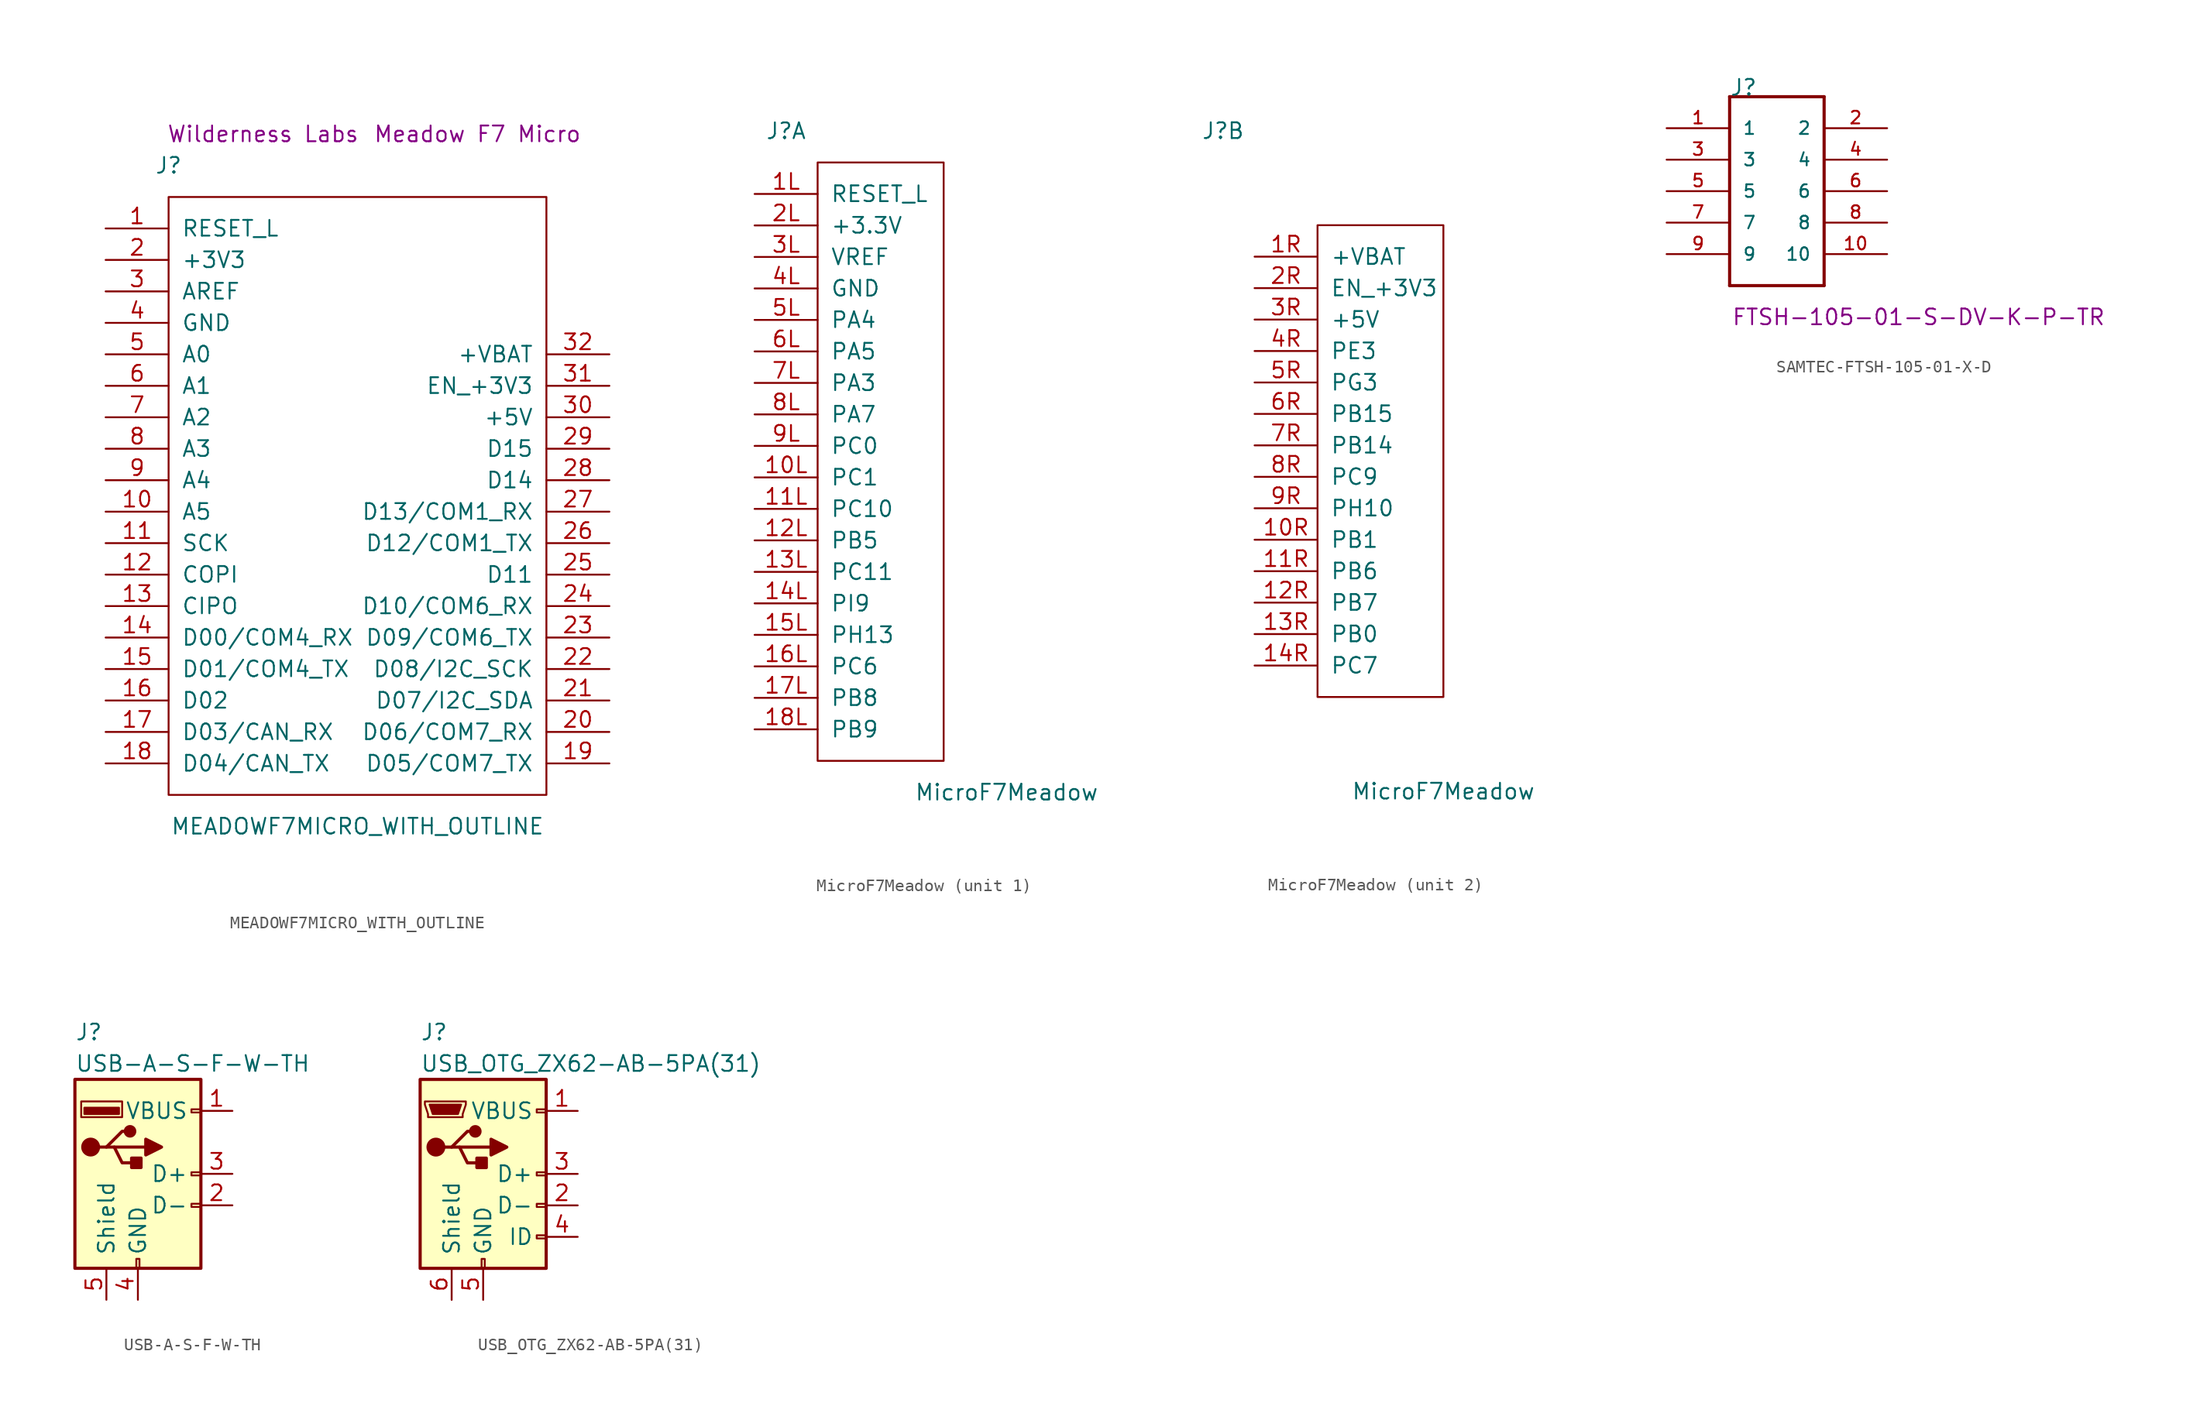
<source format=kicad_sym>
(kicad_symbol_lib
  (version 20211014)
  (generator kicad_symbol_editor)
  (symbol "MEADOWF7MICRO_WITH_OUTLINE"
    (pin_names
      (offset 1.016))
    (property "Reference" "J"
      (at 5.08 10.16 0)
      (effects (font (size 1.27 1.27))))
    (property "Value" "MEADOWF7MICRO_WITH_OUTLINE"
      (at 20.32 -43.18 0)
      (effects (font (size 1.27 1.27))))
    (property "MF" "Wilderness Labs"
      (at 12.7 12.7 0)
      (effects (font (size 1.27 1.27))))
    (property "PN" "Meadow F7 Micro "
      (at 30.48 12.7 0)
      (effects (font (size 1.27 1.27))))
    (symbol "MEADOWF7MICRO_WITH_OUTLINE_0_1"
      (rectangle (start 5.08 7.62) (end 35.56 -40.64) (stroke (width 0) (type default) (color 0 0 0 0)) (fill (type none))))
    (symbol "MEADOWF7MICRO_WITH_OUTLINE_1_1"
      (pin input line (at 0 5.08 0) (length 5.08) (name "RESET_L" (effects (font (size 1.27 1.27)))) (number "1" (effects (font (size 1.27 1.27)))))
      (pin bidirectional line (at 0 -17.78 0) (length 5.08) (name "A5" (effects (font (size 1.27 1.27)))) (number "10" (effects (font (size 1.27 1.27)))))
      (pin bidirectional line (at 0 -20.32 0) (length 5.08) (name "SCK" (effects (font (size 1.27 1.27)))) (number "11" (effects (font (size 1.27 1.27)))))
      (pin bidirectional line (at 0 -22.86 0) (length 5.08) (name "COPI" (effects (font (size 1.27 1.27)))) (number "12" (effects (font (size 1.27 1.27)))))
      (pin bidirectional line (at 0 -25.4 0) (length 5.08) (name "CIPO" (effects (font (size 1.27 1.27)))) (number "13" (effects (font (size 1.27 1.27)))))
      (pin bidirectional line (at 0 -27.94 0) (length 5.08) (name "D00/COM4_RX" (effects (font (size 1.27 1.27)))) (number "14" (effects (font (size 1.27 1.27)))))
      (pin bidirectional line (at 0 -30.48 0) (length 5.08) (name "D01/COM4_TX" (effects (font (size 1.27 1.27)))) (number "15" (effects (font (size 1.27 1.27)))))
      (pin bidirectional line (at 0 -33.02 0) (length 5.08) (name "D02" (effects (font (size 1.27 1.27)))) (number "16" (effects (font (size 1.27 1.27)))))
      (pin bidirectional line (at 0 -35.56 0) (length 5.08) (name "D03/CAN_RX" (effects (font (size 1.27 1.27)))) (number "17" (effects (font (size 1.27 1.27)))))
      (pin bidirectional line (at 0 -38.1 0) (length 5.08) (name "D04/CAN_TX" (effects (font (size 1.27 1.27)))) (number "18" (effects (font (size 1.27 1.27)))))
      (pin bidirectional line (at 40.64 -38.1 180) (length 5.08) (name "D05/COM7_TX" (effects (font (size 1.27 1.27)))) (number "19" (effects (font (size 1.27 1.27)))))
      (pin power_out line (at 0 2.54 0) (length 5.08) (name "+3V3" (effects (font (size 1.27 1.27)))) (number "2" (effects (font (size 1.27 1.27)))))
      (pin bidirectional line (at 40.64 -35.56 180) (length 5.08) (name "D06/COM7_RX" (effects (font (size 1.27 1.27)))) (number "20" (effects (font (size 1.27 1.27)))))
      (pin bidirectional line (at 40.64 -33.02 180) (length 5.08) (name "D07/I2C_SDA" (effects (font (size 1.27 1.27)))) (number "21" (effects (font (size 1.27 1.27)))))
      (pin bidirectional line (at 40.64 -30.48 180) (length 5.08) (name "D08/I2C_SCK" (effects (font (size 1.27 1.27)))) (number "22" (effects (font (size 1.27 1.27)))))
      (pin bidirectional line (at 40.64 -27.94 180) (length 5.08) (name "D09/COM6_TX" (effects (font (size 1.27 1.27)))) (number "23" (effects (font (size 1.27 1.27)))))
      (pin bidirectional line (at 40.64 -25.4 180) (length 5.08) (name "D10/COM6_RX" (effects (font (size 1.27 1.27)))) (number "24" (effects (font (size 1.27 1.27)))))
      (pin bidirectional line (at 40.64 -22.86 180) (length 5.08) (name "D11" (effects (font (size 1.27 1.27)))) (number "25" (effects (font (size 1.27 1.27)))))
      (pin bidirectional line (at 40.64 -20.32 180) (length 5.08) (name "D12/COM1_TX" (effects (font (size 1.27 1.27)))) (number "26" (effects (font (size 1.27 1.27)))))
      (pin bidirectional line (at 40.64 -17.78 180) (length 5.08) (name "D13/COM1_RX" (effects (font (size 1.27 1.27)))) (number "27" (effects (font (size 1.27 1.27)))))
      (pin bidirectional line (at 40.64 -15.24 180) (length 5.08) (name "D14" (effects (font (size 1.27 1.27)))) (number "28" (effects (font (size 1.27 1.27)))))
      (pin bidirectional line (at 40.64 -12.7 180) (length 5.08) (name "D15" (effects (font (size 1.27 1.27)))) (number "29" (effects (font (size 1.27 1.27)))))
      (pin power_in line (at 0 0 0) (length 5.08) (name "AREF" (effects (font (size 1.27 1.27)))) (number "3" (effects (font (size 1.27 1.27)))))
      (pin power_in line (at 40.64 -10.16 180) (length 5.08) (name "+5V" (effects (font (size 1.27 1.27)))) (number "30" (effects (font (size 1.27 1.27)))))
      (pin input line (at 40.64 -7.62 180) (length 5.08) (name "EN_+3V3" (effects (font (size 1.27 1.27)))) (number "31" (effects (font (size 1.27 1.27)))))
      (pin power_in line (at 40.64 -5.08 180) (length 5.08) (name "+VBAT" (effects (font (size 1.27 1.27)))) (number "32" (effects (font (size 1.27 1.27)))))
      (pin power_in line (at 0 -2.54 0) (length 5.08) (name "GND" (effects (font (size 1.27 1.27)))) (number "4" (effects (font (size 1.27 1.27)))))
      (pin bidirectional line (at 0 -5.08 0) (length 5.08) (name "A0" (effects (font (size 1.27 1.27)))) (number "5" (effects (font (size 1.27 1.27)))))
      (pin bidirectional line (at 0 -7.62 0) (length 5.08) (name "A1" (effects (font (size 1.27 1.27)))) (number "6" (effects (font (size 1.27 1.27)))))
      (pin input line (at 0 -10.16 0) (length 5.08) (name "A2" (effects (font (size 1.27 1.27)))) (number "7" (effects (font (size 1.27 1.27)))))
      (pin bidirectional line (at 0 -12.7 0) (length 5.08) (name "A3" (effects (font (size 1.27 1.27)))) (number "8" (effects (font (size 1.27 1.27)))))
      (pin bidirectional line (at 0 -15.24 0) (length 5.08) (name "A4" (effects (font (size 1.27 1.27)))) (number "9" (effects (font (size 1.27 1.27)))))))
  (symbol "MicroF7Meadow"
    (pin_names
      (offset 1.016))
    (property "Reference" "J"
      (at -2.54 25.4 0)
      (effects (font (size 1.27 1.27))))
    (property "Value" "MicroF7Meadow"
      (at 15.24 -27.94 0)
      (effects (font (size 1.27 1.27))))
    (symbol "MicroF7Meadow_1_0"
      (rectangle (start 0 22.86) (end 10.16 -25.4) (stroke (width 0) (type default) (color 0 0 0 0)) (fill (type none)))
      (pin bidirectional line (at -5.08 -2.54 0) (length 5.08) (name "PC1" (effects (font (size 1.27 1.27)))) (number "10L" (effects (font (size 1.27 1.27)))))
      (pin bidirectional line (at -5.08 -5.08 0) (length 5.08) (name "PC10" (effects (font (size 1.27 1.27)))) (number "11L" (effects (font (size 1.27 1.27)))))
      (pin bidirectional line (at -5.08 -7.62 0) (length 5.08) (name "PB5" (effects (font (size 1.27 1.27)))) (number "12L" (effects (font (size 1.27 1.27)))))
      (pin bidirectional line (at -5.08 -10.16 0) (length 5.08) (name "PC11" (effects (font (size 1.27 1.27)))) (number "13L" (effects (font (size 1.27 1.27)))))
      (pin bidirectional line (at -5.08 -12.7 0) (length 5.08) (name "PI9" (effects (font (size 1.27 1.27)))) (number "14L" (effects (font (size 1.27 1.27)))))
      (pin bidirectional line (at -5.08 -15.24 0) (length 5.08) (name "PH13" (effects (font (size 1.27 1.27)))) (number "15L" (effects (font (size 1.27 1.27)))))
      (pin bidirectional line (at -5.08 -17.78 0) (length 5.08) (name "PC6" (effects (font (size 1.27 1.27)))) (number "16L" (effects (font (size 1.27 1.27)))))
      (pin bidirectional line (at -5.08 -20.32 0) (length 5.08) (name "PB8" (effects (font (size 1.27 1.27)))) (number "17L" (effects (font (size 1.27 1.27)))))
      (pin bidirectional line (at -5.08 -22.86 0) (length 5.08) (name "PB9" (effects (font (size 1.27 1.27)))) (number "18L" (effects (font (size 1.27 1.27)))))
      (pin input line (at -5.08 20.32 0) (length 5.08) (name "RESET_L" (effects (font (size 1.27 1.27)))) (number "1L" (effects (font (size 1.27 1.27)))))
      (pin power_in line (at -5.08 17.78 0) (length 5.08) (name "+3.3V" (effects (font (size 1.27 1.27)))) (number "2L" (effects (font (size 1.27 1.27)))))
      (pin power_in line (at -5.08 15.24 0) (length 5.08) (name "VREF" (effects (font (size 1.27 1.27)))) (number "3L" (effects (font (size 1.27 1.27)))))
      (pin power_in line (at -5.08 12.7 0) (length 5.08) (name "GND" (effects (font (size 1.27 1.27)))) (number "4L" (effects (font (size 1.27 1.27)))))
      (pin bidirectional line (at -5.08 10.16 0) (length 5.08) (name "PA4" (effects (font (size 1.27 1.27)))) (number "5L" (effects (font (size 1.27 1.27)))))
      (pin bidirectional line (at -5.08 7.62 0) (length 5.08) (name "PA5" (effects (font (size 1.27 1.27)))) (number "6L" (effects (font (size 1.27 1.27)))))
      (pin bidirectional line (at -5.08 5.08 0) (length 5.08) (name "PA3" (effects (font (size 1.27 1.27)))) (number "7L" (effects (font (size 1.27 1.27)))))
      (pin bidirectional line (at -5.08 2.54 0) (length 5.08) (name "PA7" (effects (font (size 1.27 1.27)))) (number "8L" (effects (font (size 1.27 1.27)))))
      (pin bidirectional line (at -5.08 0 0) (length 5.08) (name "PC0" (effects (font (size 1.27 1.27)))) (number "9L" (effects (font (size 1.27 1.27))))))
    (symbol "MicroF7Meadow_2_0"
      (rectangle (start 5.08 17.78) (end 15.24 -20.32) (stroke (width 0) (type default) (color 0 0 0 0)) (fill (type none)))
      (pin bidirectional line (at 0 -7.62 0) (length 5.08) (name "PB1" (effects (font (size 1.27 1.27)))) (number "10R" (effects (font (size 1.27 1.27)))))
      (pin bidirectional line (at 0 -10.16 0) (length 5.08) (name "PB6" (effects (font (size 1.27 1.27)))) (number "11R" (effects (font (size 1.27 1.27)))))
      (pin bidirectional line (at 0 -12.7 0) (length 5.08) (name "PB7" (effects (font (size 1.27 1.27)))) (number "12R" (effects (font (size 1.27 1.27)))))
      (pin bidirectional line (at 0 -15.24 0) (length 5.08) (name "PB0" (effects (font (size 1.27 1.27)))) (number "13R" (effects (font (size 1.27 1.27)))))
      (pin bidirectional line (at 0 -17.78 0) (length 5.08) (name "PC7" (effects (font (size 1.27 1.27)))) (number "14R" (effects (font (size 1.27 1.27)))))
      (pin unspecified line (at 0 15.24 0) (length 5.08) (name "+VBAT" (effects (font (size 1.27 1.27)))) (number "1R" (effects (font (size 1.27 1.27)))))
      (pin unspecified line (at 0 12.7 0) (length 5.08) (name "EN_+3V3" (effects (font (size 1.27 1.27)))) (number "2R" (effects (font (size 1.27 1.27)))))
      (pin power_in line (at 0 10.16 0) (length 5.08) (name "+5V" (effects (font (size 1.27 1.27)))) (number "3R" (effects (font (size 1.27 1.27)))))
      (pin power_in line (at 0 7.62 0) (length 5.08) (name "PE3" (effects (font (size 1.27 1.27)))) (number "4R" (effects (font (size 1.27 1.27)))))
      (pin bidirectional line (at 0 5.08 0) (length 5.08) (name "PG3" (effects (font (size 1.27 1.27)))) (number "5R" (effects (font (size 1.27 1.27)))))
      (pin bidirectional line (at 0 2.54 0) (length 5.08) (name "PB15" (effects (font (size 1.27 1.27)))) (number "6R" (effects (font (size 1.27 1.27)))))
      (pin bidirectional line (at 0 0 0) (length 5.08) (name "PB14" (effects (font (size 1.27 1.27)))) (number "7R" (effects (font (size 1.27 1.27)))))
      (pin bidirectional line (at 0 -2.54 0) (length 5.08) (name "PC9" (effects (font (size 1.27 1.27)))) (number "8R" (effects (font (size 1.27 1.27)))))
      (pin bidirectional line (at 0 -5.08 0) (length 5.08) (name "PH10" (effects (font (size 1.27 1.27)))) (number "9R" (effects (font (size 1.27 1.27)))))))
  (symbol "SAMTEC-FTSH-105-01-X-D"
    (pin_names
      (offset 1.016))
    (property "Reference" "J"
      (at 0 2.54 0)
      (effects (font (size 1.27 1.27)) (justify left bottom)))
    (property "PN" "FTSH-105-01-S-DV-K-P-TR"
      (at 15.24 -15.24 0)
      (effects (font (size 1.27 1.27))))
    (symbol "SAMTEC-FTSH-105-01-X-D_0_0"
      (polyline (pts (xy 0 -12.7) (xy 0 2.54)) (stroke (width 0.254) (type default) (color 0 0 0 0)) (fill (type none)))
      (polyline (pts (xy 0 2.54) (xy 7.62 2.54)) (stroke (width 0.254) (type default) (color 0 0 0 0)) (fill (type none)))
      (polyline (pts (xy 7.62 -12.7) (xy 0 -12.7)) (stroke (width 0.254) (type default) (color 0 0 0 0)) (fill (type none)))
      (polyline (pts (xy 7.62 2.54) (xy 7.62 -12.7)) (stroke (width 0.254) (type default) (color 0 0 0 0)) (fill (type none)))
      (pin passive line (at -5.08 0 0) (length 5.08) (name "1" (effects (font (size 1.016 1.016)))) (number "1" (effects (font (size 1.016 1.016)))))
      (pin passive line (at 12.7 -10.16 180) (length 5.08) (name "10" (effects (font (size 1.016 1.016)))) (number "10" (effects (font (size 1.016 1.016)))))
      (pin passive line (at 12.7 0 180) (length 5.08) (name "2" (effects (font (size 1.016 1.016)))) (number "2" (effects (font (size 1.016 1.016)))))
      (pin passive line (at -5.08 -2.54 0) (length 5.08) (name "3" (effects (font (size 1.016 1.016)))) (number "3" (effects (font (size 1.016 1.016)))))
      (pin passive line (at 12.7 -2.54 180) (length 5.08) (name "4" (effects (font (size 1.016 1.016)))) (number "4" (effects (font (size 1.016 1.016)))))
      (pin passive line (at -5.08 -5.08 0) (length 5.08) (name "5" (effects (font (size 1.016 1.016)))) (number "5" (effects (font (size 1.016 1.016)))))
      (pin passive line (at 12.7 -5.08 180) (length 5.08) (name "6" (effects (font (size 1.016 1.016)))) (number "6" (effects (font (size 1.016 1.016)))))
      (pin passive line (at -5.08 -7.62 0) (length 5.08) (name "7" (effects (font (size 1.016 1.016)))) (number "7" (effects (font (size 1.016 1.016)))))
      (pin passive line (at 12.7 -7.62 180) (length 5.08) (name "8" (effects (font (size 1.016 1.016)))) (number "8" (effects (font (size 1.016 1.016)))))
      (pin passive line (at -5.08 -10.16 0) (length 5.08) (name "9" (effects (font (size 1.016 1.016)))) (number "9" (effects (font (size 1.016 1.016)))))))
  (symbol "USB-A-S-F-W-TH"
    (pin_names
      (offset 1.016))
    (property "Reference" "J"
      (at -5.08 11.43 0)
      (effects (font (size 1.27 1.27)) (justify left)))
    (property "Value" "USB-A-S-F-W-TH"
      (at -5.08 8.89 0)
      (effects (font (size 1.27 1.27)) (justify left)))
    (symbol "USB-A-S-F-W-TH_0_1"
      (rectangle (start -5.08 -7.62) (end 5.08 7.62) (stroke (width 0.254) (type default) (color 0 0 0 0)) (fill (type background)))
      (circle (center -3.81 2.159) (radius 0.635) (stroke (width 0.254) (type default) (color 0 0 0 0)) (fill (type outline)))
      (rectangle (start -1.524 4.826) (end -4.318 5.334) (stroke (width 0) (type default) (color 0 0 0 0)) (fill (type outline)))
      (rectangle (start -1.27 4.572) (end -4.572 5.842) (stroke (width 0) (type default) (color 0 0 0 0)) (fill (type none)))
      (circle (center -0.635 3.429) (radius 0.381) (stroke (width 0.254) (type default) (color 0 0 0 0)) (fill (type outline)))
      (rectangle (start -0.127 -7.62) (end 0.127 -6.858) (stroke (width 0) (type default) (color 0 0 0 0)) (fill (type none)))
      (polyline (pts (xy -3.175 2.159) (xy -2.54 2.159) (xy -1.27 3.429) (xy -0.635 3.429)) (stroke (width 0.254) (type default) (color 0 0 0 0)) (fill (type none)))
      (polyline (pts (xy -2.54 2.159) (xy -1.905 2.159) (xy -1.27 0.889) (xy 0 0.889)) (stroke (width 0.254) (type default) (color 0 0 0 0)) (fill (type none)))
      (polyline (pts (xy 0.635 2.794) (xy 0.635 1.524) (xy 1.905 2.159) (xy 0.635 2.794)) (stroke (width 0.254) (type default) (color 0 0 0 0)) (fill (type outline)))
      (rectangle (start 0.254 1.27) (end -0.508 0.508) (stroke (width 0.254) (type default) (color 0 0 0 0)) (fill (type outline)))
      (rectangle (start 5.08 -2.667) (end 4.318 -2.413) (stroke (width 0) (type default) (color 0 0 0 0)) (fill (type none)))
      (rectangle (start 5.08 -0.127) (end 4.318 0.127) (stroke (width 0) (type default) (color 0 0 0 0)) (fill (type none)))
      (rectangle (start 5.08 4.953) (end 4.318 5.207) (stroke (width 0) (type default) (color 0 0 0 0)) (fill (type none))))
    (symbol "USB-A-S-F-W-TH_1_1"
      (polyline (pts (xy -1.905 2.159) (xy 0.635 2.159)) (stroke (width 0.254) (type default) (color 0 0 0 0)) (fill (type none)))
      (pin power_in line (at 7.62 5.08 180) (length 2.54) (name "VBUS" (effects (font (size 1.27 1.27)))) (number "1" (effects (font (size 1.27 1.27)))))
      (pin passive line (at 7.62 -2.54 180) (length 2.54) (name "D-" (effects (font (size 1.27 1.27)))) (number "2" (effects (font (size 1.27 1.27)))))
      (pin passive line (at 7.62 0 180) (length 2.54) (name "D+" (effects (font (size 1.27 1.27)))) (number "3" (effects (font (size 1.27 1.27)))))
      (pin power_in line (at 0 -10.16 90) (length 2.54) (name "GND" (effects (font (size 1.27 1.27)))) (number "4" (effects (font (size 1.27 1.27)))))
      (pin passive line (at -2.54 -10.16 90) (length 2.54) (name "Shield" (effects (font (size 1.27 1.27)))) (number "5" (effects (font (size 1.27 1.27)))))))
  (symbol "USB_OTG_ZX62-AB-5PA(31)"
    (pin_names
      (offset 1.016))
    (property "Reference" "J"
      (at -5.08 11.43 0)
      (effects (font (size 1.27 1.27)) (justify left)))
    (property "Value" "USB_OTG_ZX62-AB-5PA(31)"
      (at -5.08 8.89 0)
      (effects (font (size 1.27 1.27)) (justify left)))
    (symbol "USB_OTG_ZX62-AB-5PA(31)_0_1"
      (rectangle (start -5.08 -7.62) (end 5.08 7.62) (stroke (width 0.254) (type default) (color 0 0 0 0)) (fill (type background)))
      (circle (center -3.81 2.159) (radius 0.635) (stroke (width 0.254) (type default) (color 0 0 0 0)) (fill (type outline)))
      (circle (center -0.635 3.429) (radius 0.381) (stroke (width 0.254) (type default) (color 0 0 0 0)) (fill (type outline)))
      (rectangle (start -0.127 -7.62) (end 0.127 -6.858) (stroke (width 0) (type default) (color 0 0 0 0)) (fill (type none)))
      (polyline (pts (xy -1.905 2.159) (xy 0.635 2.159)) (stroke (width 0.254) (type default) (color 0 0 0 0)) (fill (type none)))
      (polyline (pts (xy -3.175 2.159) (xy -2.54 2.159) (xy -1.27 3.429) (xy -0.635 3.429)) (stroke (width 0.254) (type default) (color 0 0 0 0)) (fill (type none)))
      (polyline (pts (xy -2.54 2.159) (xy -1.905 2.159) (xy -1.27 0.889) (xy 0 0.889)) (stroke (width 0.254) (type default) (color 0 0 0 0)) (fill (type none)))
      (polyline (pts (xy 0.635 2.794) (xy 0.635 1.524) (xy 1.905 2.159) (xy 0.635 2.794)) (stroke (width 0.254) (type default) (color 0 0 0 0)) (fill (type outline)))
      (polyline (pts (xy -4.318 5.588) (xy -1.778 5.588) (xy -2.032 4.826) (xy -4.064 4.826) (xy -4.318 5.588)) (stroke (width 0) (type default) (color 0 0 0 0)) (fill (type outline)))
      (polyline (pts (xy -4.699 5.842) (xy -4.699 5.588) (xy -4.445 4.826) (xy -4.445 4.572) (xy -1.651 4.572) (xy -1.651 4.826) (xy -1.397 5.588) (xy -1.397 5.842) (xy -4.699 5.842)) (stroke (width 0) (type default) (color 0 0 0 0)) (fill (type none)))
      (rectangle (start 0.254 1.27) (end -0.508 0.508) (stroke (width 0.254) (type default) (color 0 0 0 0)) (fill (type outline)))
      (rectangle (start 5.08 -5.207) (end 4.318 -4.953) (stroke (width 0) (type default) (color 0 0 0 0)) (fill (type none)))
      (rectangle (start 5.08 -2.667) (end 4.318 -2.413) (stroke (width 0) (type default) (color 0 0 0 0)) (fill (type none)))
      (rectangle (start 5.08 -0.127) (end 4.318 0.127) (stroke (width 0) (type default) (color 0 0 0 0)) (fill (type none)))
      (rectangle (start 5.08 4.953) (end 4.318 5.207) (stroke (width 0) (type default) (color 0 0 0 0)) (fill (type none))))
    (symbol "USB_OTG_ZX62-AB-5PA(31)_1_1"
      (pin passive line (at 7.62 5.08 180) (length 2.54) (name "VBUS" (effects (font (size 1.27 1.27)))) (number "1" (effects (font (size 1.27 1.27)))))
      (pin bidirectional line (at 7.62 -2.54 180) (length 2.54) (name "D-" (effects (font (size 1.27 1.27)))) (number "2" (effects (font (size 1.27 1.27)))))
      (pin bidirectional line (at 7.62 0 180) (length 2.54) (name "D+" (effects (font (size 1.27 1.27)))) (number "3" (effects (font (size 1.27 1.27)))))
      (pin passive line (at 7.62 -5.08 180) (length 2.54) (name "ID" (effects (font (size 1.27 1.27)))) (number "4" (effects (font (size 1.27 1.27)))))
      (pin passive line (at 0 -10.16 90) (length 2.54) (name "GND" (effects (font (size 1.27 1.27)))) (number "5" (effects (font (size 1.27 1.27)))))
      (pin passive line (at -2.54 -10.16 90) (length 2.54) (name "Shield" (effects (font (size 1.27 1.27)))) (number "6" (effects (font (size 1.27 1.27))))))))
</source>
